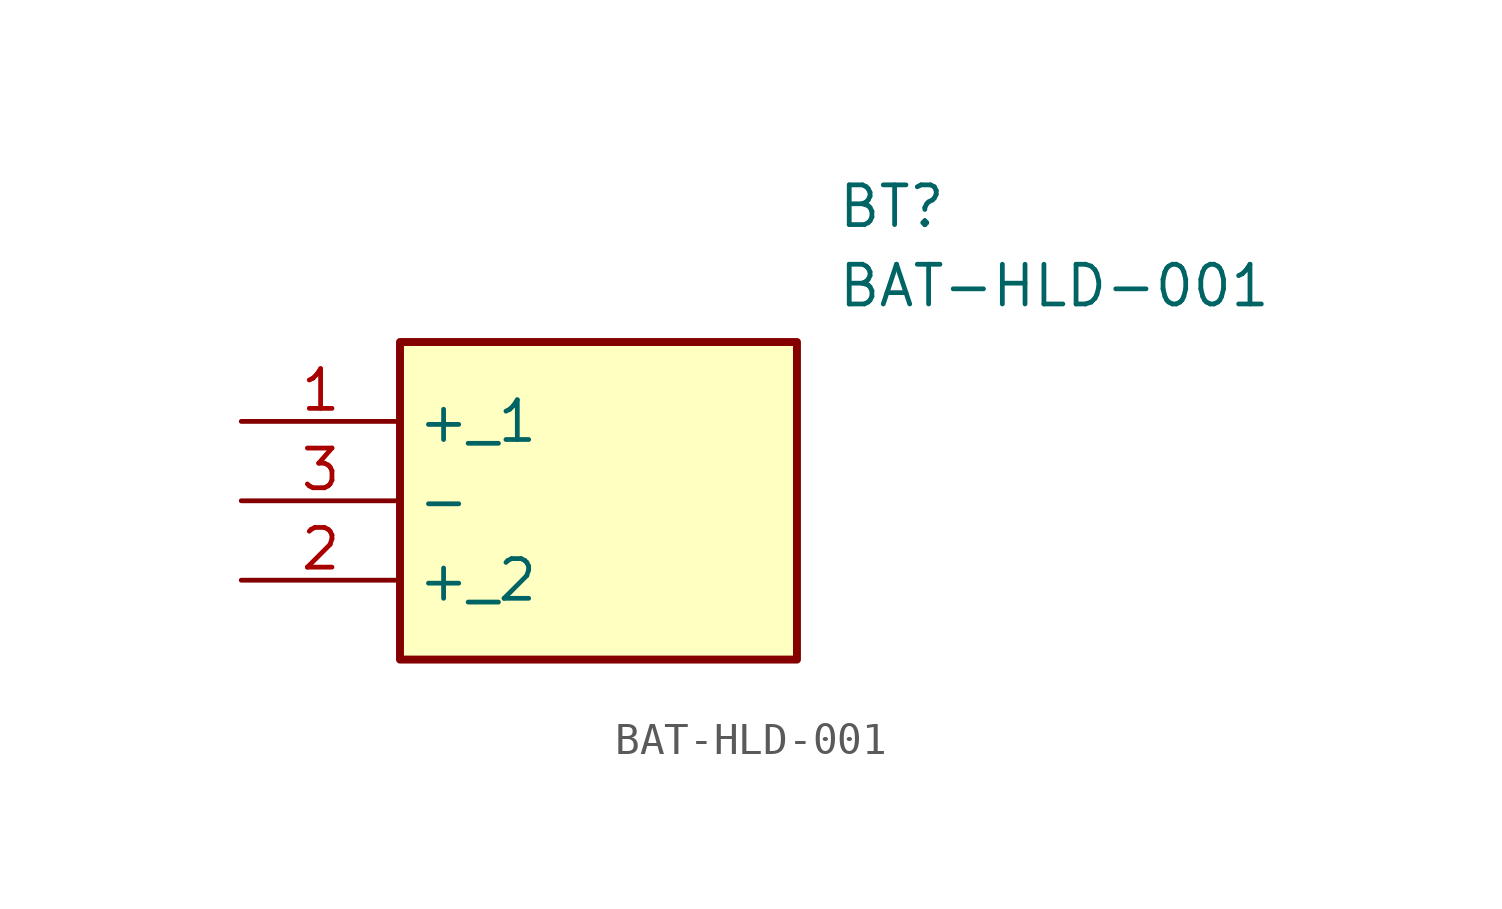
<source format=kicad_sym>
(kicad_symbol_lib
  (version 20211014)
  (generator SamacSys_ECAD_Model)
  (symbol "BAT-HLD-001"
    (property "Reference" "BT"
      (at 19.05 7.62 0)
      (effects (font (size 1.27 1.27)) (justify left top)))
    (property "Value" "BAT-HLD-001"
      (at 19.05 5.08 0)
      (effects (font (size 1.27 1.27)) (justify left top)))
    (rectangle
      (start 5.08 2.54)
      (end 17.78 -7.62)
      (stroke (width 0.254) (type default))
      (fill (type background)))
    (pin passive line
      (at 0 0 0)
      (length 5.08)
      (name "+_1" (effects (font (size 1.27 1.27))))
      (number "1" (effects (font (size 1.27 1.27)))))
    (pin passive line
      (at 0 -5.08 0)
      (length 5.08)
      (name "+_2" (effects (font (size 1.27 1.27))))
      (number "2" (effects (font (size 1.27 1.27)))))
    (pin passive line
      (at 0 -2.54 0)
      (length 5.08)
      (name "-" (effects (font (size 1.27 1.27))))
      (number "3" (effects (font (size 1.27 1.27)))))))
</source>
